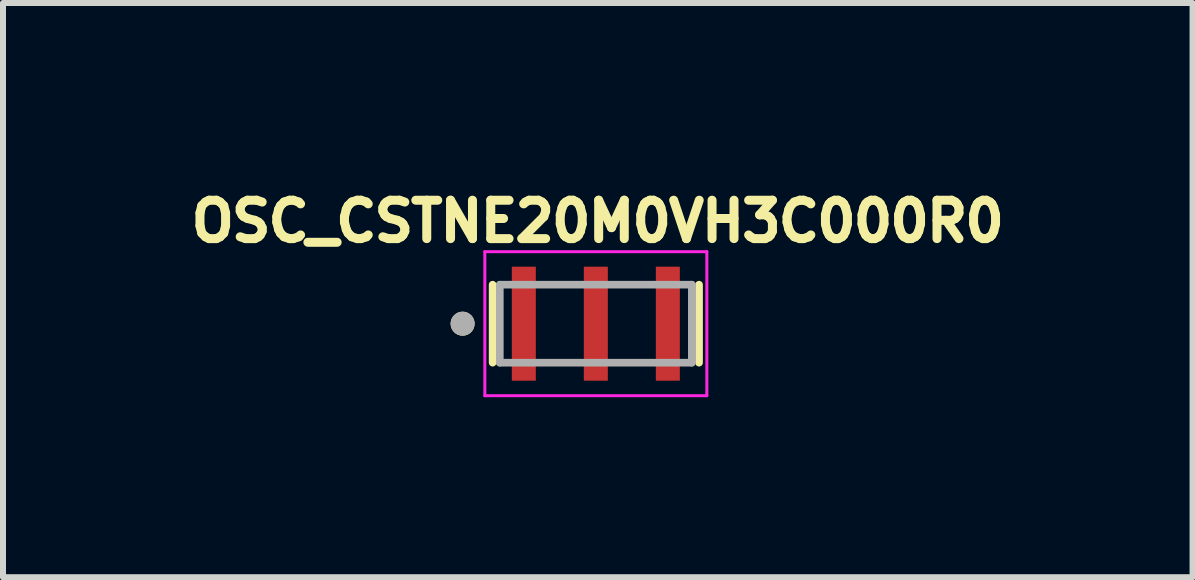
<source format=kicad_pcb>
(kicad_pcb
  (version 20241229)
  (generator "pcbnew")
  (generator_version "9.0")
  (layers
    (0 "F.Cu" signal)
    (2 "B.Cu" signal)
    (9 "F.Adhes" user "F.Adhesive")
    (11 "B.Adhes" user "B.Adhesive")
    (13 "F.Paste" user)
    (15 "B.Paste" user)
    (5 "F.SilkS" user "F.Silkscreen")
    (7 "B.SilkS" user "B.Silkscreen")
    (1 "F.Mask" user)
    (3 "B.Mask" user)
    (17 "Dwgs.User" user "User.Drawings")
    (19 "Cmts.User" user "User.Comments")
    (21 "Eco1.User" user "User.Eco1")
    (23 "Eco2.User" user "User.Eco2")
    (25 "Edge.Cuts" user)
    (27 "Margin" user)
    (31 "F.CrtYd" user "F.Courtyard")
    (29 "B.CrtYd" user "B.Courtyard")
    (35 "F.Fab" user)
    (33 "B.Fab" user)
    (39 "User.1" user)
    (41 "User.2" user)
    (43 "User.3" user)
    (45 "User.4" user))
  (footprint "OSC_CSTNE20M0VH3C000R0"
    (layer "F.Cu")
    (at 6.879 2.344)
    (property "Reference" "OSC_CSTNE20M0VH3C000R0" (at 0.032 -1.706 0) (layer "F.SilkS") (effects (font (size 0.64 0.64) (thickness 0.15))))
    (attr smd)
    (fp_line (start -1.72 -0.65) (end -1.72 0.65) (stroke (width 0.127) (type solid)) (layer "F.SilkS"))
    (fp_line (start 1.72 -0.65) (end 1.72 0.65) (stroke (width 0.127) (type solid)) (layer "F.SilkS"))
    (fp_circle (center -2.22 0) (end -2.12 0) (stroke (width 0.2) (type solid)) (fill no) (layer "F.SilkS"))
    (fp_line (start -1.85 -1.2) (end 1.85 -1.2) (stroke (width 0.05) (type solid)) (layer "F.CrtYd"))
    (fp_line (start -1.85 1.2) (end -1.85 -1.2) (stroke (width 0.05) (type solid)) (layer "F.CrtYd"))
    (fp_line (start 1.85 -1.2) (end 1.85 1.2) (stroke (width 0.05) (type solid)) (layer "F.CrtYd"))
    (fp_line (start 1.85 1.2) (end -1.85 1.2) (stroke (width 0.05) (type solid)) (layer "F.CrtYd"))
    (fp_line (start -1.6 -0.65) (end -1.6 0.65) (stroke (width 0.127) (type solid)) (layer "F.Fab"))
    (fp_line (start -1.6 -0.65) (end 1.6 -0.65) (stroke (width 0.127) (type solid)) (layer "F.Fab"))
    (fp_line (start 1.6 -0.65) (end 1.6 0.65) (stroke (width 0.127) (type solid)) (layer "F.Fab"))
    (fp_line (start 1.6 0.65) (end -1.6 0.65) (stroke (width 0.127) (type solid)) (layer "F.Fab"))
    (fp_circle (center -2.22 0) (end -2.12 0) (stroke (width 0.2) (type solid)) (fill no) (layer "F.Fab"))
    (pad "1" smd rect (at -1.2 0) (size 0.4 1.9) (layers "F.Cu" "F.Mask" "F.Paste"))
    (pad "2" smd rect (at 0 0) (size 0.4 1.9) (layers "F.Cu" "F.Mask" "F.Paste"))
    (pad "3" smd rect (at 1.2 0) (size 0.4 1.9) (layers "F.Cu" "F.Mask" "F.Paste")))
  (gr_rect
    (start -3 -3)
    (end 16.823 6.569)
    (stroke (width 0.1) (type default))
    (fill no)
    (layer "Edge.Cuts")))
</source>
